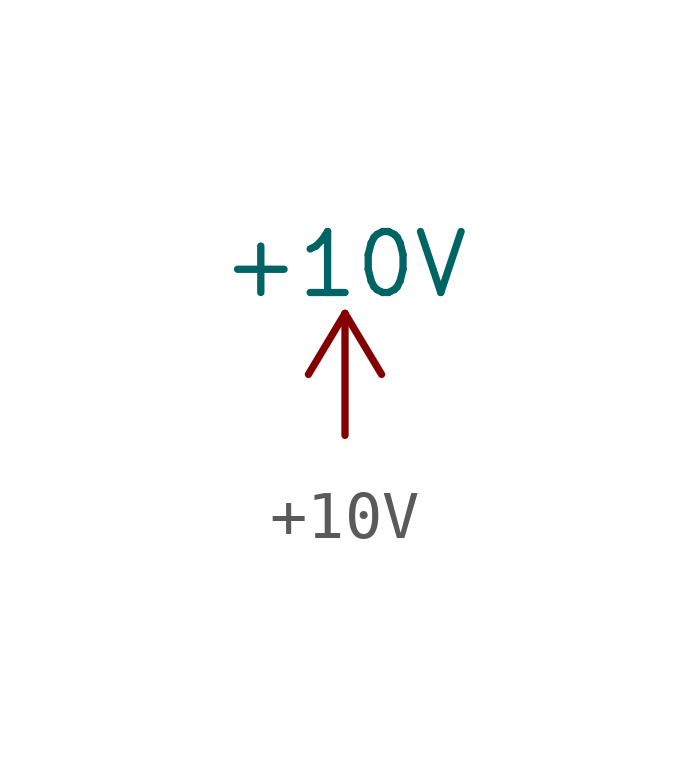
<source format=kicad_sym>
(kicad_symbol_lib
  (version 20211014)
  (generator kicad_symbol_editor)
  (symbol "power1:+10V"
    (power)
    (pin_names
      (offset 0))
    (property "Reference" "#PWR"
      (at 0 -3.81 0)
      (effects (font (size 1.27 1.27)) hide))
    (property "Value" "+10V"
      (at 0 3.556 0)
      (effects (font (size 1.27 1.27))))
    (symbol "+10V_0_1"
      (polyline (pts (xy -0.762 1.27) (xy 0 2.54)) (stroke (width 0) (type default) (color 0 0 0 0)) (fill (type none)))
      (polyline (pts (xy 0 0) (xy 0 2.54)) (stroke (width 0) (type default) (color 0 0 0 0)) (fill (type none)))
      (polyline (pts (xy 0 2.54) (xy 0.762 1.27)) (stroke (width 0) (type default) (color 0 0 0 0)) (fill (type none))))
    (symbol "+10V_1_1"
      (pin power_in line (at 0 0 90) (length 0) hide (name "+10V" (effects (font (size 1.27 1.27)))) (number "1" (effects (font (size 1.27 1.27))))))))
</source>
